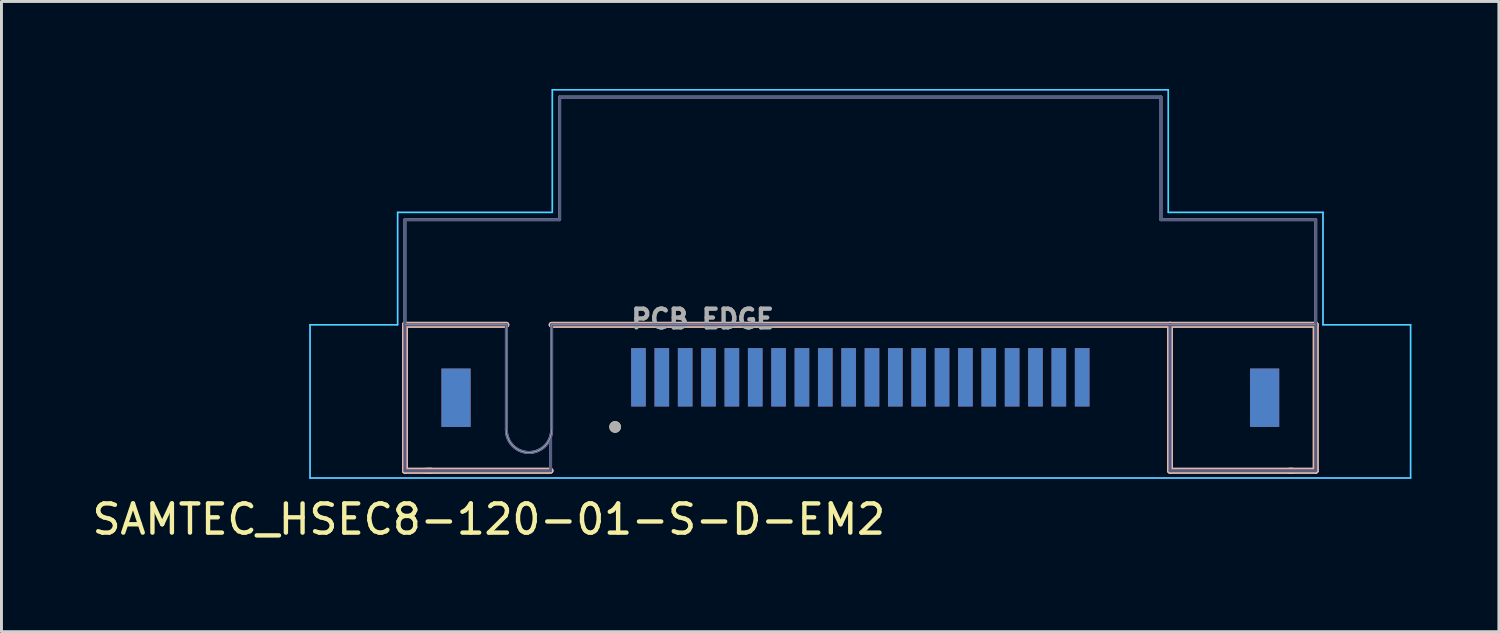
<source format=kicad_pcb>
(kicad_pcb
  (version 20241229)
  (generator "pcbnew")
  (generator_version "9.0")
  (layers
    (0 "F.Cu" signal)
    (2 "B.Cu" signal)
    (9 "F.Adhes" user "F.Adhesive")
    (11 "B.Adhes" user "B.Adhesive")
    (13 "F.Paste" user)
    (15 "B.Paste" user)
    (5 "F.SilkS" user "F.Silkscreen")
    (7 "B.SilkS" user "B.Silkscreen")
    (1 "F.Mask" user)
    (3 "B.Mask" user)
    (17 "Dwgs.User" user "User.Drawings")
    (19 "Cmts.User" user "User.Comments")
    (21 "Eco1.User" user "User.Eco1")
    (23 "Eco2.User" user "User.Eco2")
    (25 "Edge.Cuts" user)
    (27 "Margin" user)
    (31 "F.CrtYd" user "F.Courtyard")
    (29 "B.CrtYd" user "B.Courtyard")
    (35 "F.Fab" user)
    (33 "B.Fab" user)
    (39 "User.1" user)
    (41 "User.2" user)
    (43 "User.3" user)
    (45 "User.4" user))
  (footprint "SAMTEC_HSEC8-120-01-S-D-EM2"
    (layer "F.Cu")
    (at 26.421 9.875)
    (property "Reference" "SAMTEC_HSEC8-120-01-S-D-EM2" (at -12.725 4.865 0) (layer "F.SilkS") (effects (font (size 1 1) (thickness 0.15))))
    (attr smd)
    (fp_line (start -15.6 -1.8) (end -12.124 -1.8) (stroke (width 0.2) (type solid)) (layer "F.SilkS"))
    (fp_line (start -15.6 3.2) (end -15.6 -1.8) (stroke (width 0.2) (type solid)) (layer "F.SilkS"))
    (fp_line (start -14.7 3.2) (end -15.6 3.2) (stroke (width 0.2) (type solid)) (layer "F.SilkS"))
    (fp_line (start -10.61 3.2) (end -14.8 3.2) (stroke (width 0.2) (type solid)) (layer "F.SilkS"))
    (fp_line (start -10.575 -1.8) (end 10.61 -1.8) (stroke (width 0.2) (type solid)) (layer "F.SilkS"))
    (fp_line (start 10.61 -1.8) (end 15.6 -1.8) (stroke (width 0.2) (type solid)) (layer "F.SilkS"))
    (fp_line (start 10.61 3.2) (end 10.61 -1.8) (stroke (width 0.2) (type solid)) (layer "F.SilkS"))
    (fp_line (start 14.8 3.2) (end 10.61 3.2) (stroke (width 0.2) (type solid)) (layer "F.SilkS"))
    (fp_line (start 15.6 -1.8) (end 15.6 3.2) (stroke (width 0.2) (type solid)) (layer "F.SilkS"))
    (fp_line (start 15.6 3.2) (end 14.7 3.2) (stroke (width 0.2) (type solid)) (layer "F.SilkS"))
    (fp_circle (center -8.4 1.7) (end -8.3 1.7) (stroke (width 0.2) (type solid)) (fill no) (layer "F.SilkS"))
    (fp_line (start -15.6 -1.8) (end -12.124 -1.8) (stroke (width 0.2) (type solid)) (layer "B.SilkS"))
    (fp_line (start -15.6 3.2) (end -15.6 -1.8) (stroke (width 0.2) (type solid)) (layer "B.SilkS"))
    (fp_line (start -14.7 3.2) (end -15.6 3.2) (stroke (width 0.2) (type solid)) (layer "B.SilkS"))
    (fp_line (start -10.61 3.2) (end -14.9 3.2) (stroke (width 0.2) (type solid)) (layer "B.SilkS"))
    (fp_line (start -10.575 -1.8) (end 10.61 -1.8) (stroke (width 0.2) (type solid)) (layer "B.SilkS"))
    (fp_line (start 10.61 -1.8) (end 15.6 -1.8) (stroke (width 0.2) (type solid)) (layer "B.SilkS"))
    (fp_line (start 10.61 3.2) (end 10.61 -1.8) (stroke (width 0.2) (type solid)) (layer "B.SilkS"))
    (fp_line (start 14.8 3.2) (end 10.61 3.2) (stroke (width 0.2) (type solid)) (layer "B.SilkS"))
    (fp_line (start 15.6 -1.8) (end 15.6 3.2) (stroke (width 0.2) (type solid)) (layer "B.SilkS"))
    (fp_line (start 15.6 3.2) (end 14.7 3.2) (stroke (width 0.2) (type solid)) (layer "B.SilkS"))
    (fp_line (start -12.124 -1.8) (end -15.6 -1.8) (stroke (width 0.01) (type solid)) (layer "Edge.Cuts"))
    (fp_line (start -12.124 1.8) (end -12.124 -1.8) (stroke (width 0.01) (type solid)) (layer "Edge.Cuts"))
    (fp_line (start -10.575 -1.8) (end -10.575 1.8) (stroke (width 0.01) (type solid)) (layer "Edge.Cuts"))
    (fp_line (start 15.6 -1.8) (end -10.575 -1.8) (stroke (width 0.01) (type solid)) (layer "Edge.Cuts"))
    (fp_arc (start -11.35 2.575) (mid -11.897654 2.348154) (end -12.1245 1.8005) (stroke (width 0.01) (type solid)) (layer "Edge.Cuts"))
    (fp_arc (start -11.35 2.575) (mid -11.897654 2.348154) (end -12.1245 1.8005) (stroke (width 0.01) (type solid)) (layer "Edge.Cuts"))
    (fp_arc (start -10.5755 1.8005) (mid -10.802346 2.348154) (end -11.35 2.575) (stroke (width 0.01) (type solid)) (layer "Edge.Cuts"))
    (fp_arc (start -10.5755 1.8005) (mid -10.802346 2.348154) (end -11.35 2.575) (stroke (width 0.01) (type solid)) (layer "Edge.Cuts"))
    (fp_line (start -18.85 -1.8) (end -15.85 -1.8) (stroke (width 0.05) (type solid)) (layer "B.CrtYd"))
    (fp_line (start -18.85 3.45) (end -18.85 -1.8) (stroke (width 0.05) (type solid)) (layer "B.CrtYd"))
    (fp_line (start -18.85 3.45) (end 18.85 3.45) (stroke (width 0.05) (type solid)) (layer "B.CrtYd"))
    (fp_line (start -15.85 -5.65) (end -10.55 -5.65) (stroke (width 0.05) (type solid)) (layer "B.CrtYd"))
    (fp_line (start -15.85 -1.8) (end -15.85 -5.65) (stroke (width 0.05) (type solid)) (layer "B.CrtYd"))
    (fp_line (start -10.55 -9.85) (end 10.55 -9.85) (stroke (width 0.05) (type solid)) (layer "B.CrtYd"))
    (fp_line (start -10.55 -5.65) (end -10.55 -9.85) (stroke (width 0.05) (type solid)) (layer "B.CrtYd"))
    (fp_line (start 10.55 -9.85) (end 10.55 -5.65) (stroke (width 0.05) (type solid)) (layer "B.CrtYd"))
    (fp_line (start 10.55 -5.65) (end 15.85 -5.65) (stroke (width 0.05) (type solid)) (layer "B.CrtYd"))
    (fp_line (start 15.85 -5.65) (end 15.85 -1.8) (stroke (width 0.05) (type solid)) (layer "B.CrtYd"))
    (fp_line (start 15.85 -1.8) (end 18.85 -1.8) (stroke (width 0.05) (type solid)) (layer "B.CrtYd"))
    (fp_line (start 18.85 -1.8) (end 18.85 3.45) (stroke (width 0.05) (type solid)) (layer "B.CrtYd"))
    (fp_line (start -18.85 -1.8) (end -15.85 -1.8) (stroke (width 0.05) (type solid)) (layer "F.CrtYd"))
    (fp_line (start -18.85 3.45) (end -18.85 -1.8) (stroke (width 0.05) (type solid)) (layer "F.CrtYd"))
    (fp_line (start -18.85 3.45) (end 18.85 3.45) (stroke (width 0.05) (type solid)) (layer "F.CrtYd"))
    (fp_line (start -15.85 -5.65) (end -10.55 -5.65) (stroke (width 0.05) (type solid)) (layer "F.CrtYd"))
    (fp_line (start -15.85 -1.8) (end -15.85 -5.65) (stroke (width 0.05) (type solid)) (layer "F.CrtYd"))
    (fp_line (start -10.55 -9.85) (end 10.55 -9.85) (stroke (width 0.05) (type solid)) (layer "F.CrtYd"))
    (fp_line (start -10.55 -5.65) (end -10.55 -9.85) (stroke (width 0.05) (type solid)) (layer "F.CrtYd"))
    (fp_line (start 10.55 -9.85) (end 10.55 -5.65) (stroke (width 0.05) (type solid)) (layer "F.CrtYd"))
    (fp_line (start 10.55 -5.65) (end 15.85 -5.65) (stroke (width 0.05) (type solid)) (layer "F.CrtYd"))
    (fp_line (start 15.85 -5.65) (end 15.85 -1.8) (stroke (width 0.05) (type solid)) (layer "F.CrtYd"))
    (fp_line (start 15.85 -1.8) (end 18.85 -1.8) (stroke (width 0.05) (type solid)) (layer "F.CrtYd"))
    (fp_line (start 18.85 -1.8) (end 18.85 3.45) (stroke (width 0.05) (type solid)) (layer "F.CrtYd"))
    (fp_line (start -15.6 -5.4) (end -10.3 -5.4) (stroke (width 0.1) (type solid)) (layer "B.Fab"))
    (fp_line (start -15.6 -1.8) (end -15.6 -5.4) (stroke (width 0.1) (type solid)) (layer "B.Fab"))
    (fp_line (start -15.6 -1.8) (end -12.124 -1.8) (stroke (width 0.1) (type solid)) (layer "B.Fab"))
    (fp_line (start -15.6 3.2) (end -15.6 -1.8) (stroke (width 0.1) (type solid)) (layer "B.Fab"))
    (fp_line (start -12.124 -1.8) (end -12.124 1.8) (stroke (width 0.1) (type solid)) (layer "B.Fab"))
    (fp_line (start -10.61 3.2) (end -15.6 3.2) (stroke (width 0.1) (type solid)) (layer "B.Fab"))
    (fp_line (start -10.61 3.2) (end -10.61 2.03) (stroke (width 0.1) (type solid)) (layer "B.Fab"))
    (fp_line (start -10.575 -1.8) (end 10.61 -1.8) (stroke (width 0.1) (type solid)) (layer "B.Fab"))
    (fp_line (start -10.575 1.8) (end -10.575 -1.8) (stroke (width 0.1) (type solid)) (layer "B.Fab"))
    (fp_line (start -10.3 -9.6) (end 10.3 -9.6) (stroke (width 0.1) (type solid)) (layer "B.Fab"))
    (fp_line (start -10.3 -5.4) (end -10.3 -9.6) (stroke (width 0.1) (type solid)) (layer "B.Fab"))
    (fp_line (start 10.3 -9.6) (end 10.3 -5.4) (stroke (width 0.1) (type solid)) (layer "B.Fab"))
    (fp_line (start 10.3 -5.4) (end 15.6 -5.4) (stroke (width 0.1) (type solid)) (layer "B.Fab"))
    (fp_line (start 10.61 -1.8) (end 15.6 -1.8) (stroke (width 0.1) (type solid)) (layer "B.Fab"))
    (fp_line (start 10.61 3.2) (end 10.61 -1.8) (stroke (width 0.1) (type solid)) (layer "B.Fab"))
    (fp_line (start 15.6 -5.4) (end 15.6 -1.8) (stroke (width 0.1) (type solid)) (layer "B.Fab"))
    (fp_line (start 15.6 -1.8) (end 15.6 3.2) (stroke (width 0.1) (type solid)) (layer "B.Fab"))
    (fp_line (start 15.6 3.2) (end 10.61 3.2) (stroke (width 0.1) (type solid)) (layer "B.Fab"))
    (fp_arc (start -11.35 2.575) (mid -11.897654 2.348154) (end -12.1245 1.8005) (stroke (width 0.1) (type solid)) (layer "B.Fab"))
    (fp_arc (start -10.5755 1.8005) (mid -10.802346 2.348154) (end -11.35 2.575) (stroke (width 0.1) (type solid)) (layer "B.Fab"))
    (fp_line (start -15.6 -5.4) (end -10.3 -5.4) (stroke (width 0.1) (type solid)) (layer "F.Fab"))
    (fp_line (start -15.6 -1.8) (end -15.6 -5.4) (stroke (width 0.1) (type solid)) (layer "F.Fab"))
    (fp_line (start -15.6 -1.8) (end -12.124 -1.8) (stroke (width 0.1) (type solid)) (layer "F.Fab"))
    (fp_line (start -15.6 3.2) (end -15.6 -1.8) (stroke (width 0.1) (type solid)) (layer "F.Fab"))
    (fp_line (start -12.124 -1.8) (end -12.124 1.8) (stroke (width 0.1) (type solid)) (layer "F.Fab"))
    (fp_line (start -10.61 3.2) (end -15.6 3.2) (stroke (width 0.1) (type solid)) (layer "F.Fab"))
    (fp_line (start -10.61 3.2) (end -10.61 2.03) (stroke (width 0.1) (type solid)) (layer "F.Fab"))
    (fp_line (start -10.575 -1.8) (end 10.61 -1.8) (stroke (width 0.1) (type solid)) (layer "F.Fab"))
    (fp_line (start -10.575 1.8) (end -10.575 -1.8) (stroke (width 0.1) (type solid)) (layer "F.Fab"))
    (fp_line (start -10.3 -9.6) (end 10.3 -9.6) (stroke (width 0.1) (type solid)) (layer "F.Fab"))
    (fp_line (start -10.3 -5.4) (end -10.3 -9.6) (stroke (width 0.1) (type solid)) (layer "F.Fab"))
    (fp_line (start 10.3 -9.6) (end 10.3 -5.4) (stroke (width 0.1) (type solid)) (layer "F.Fab"))
    (fp_line (start 10.3 -5.4) (end 15.6 -5.4) (stroke (width 0.1) (type solid)) (layer "F.Fab"))
    (fp_line (start 10.61 -1.8) (end 15.6 -1.8) (stroke (width 0.1) (type solid)) (layer "F.Fab"))
    (fp_line (start 10.61 3.2) (end 10.61 -1.8) (stroke (width 0.1) (type solid)) (layer "F.Fab"))
    (fp_line (start 15.6 -5.4) (end 15.6 -1.8) (stroke (width 0.1) (type solid)) (layer "F.Fab"))
    (fp_line (start 15.6 -1.8) (end 15.6 3.2) (stroke (width 0.1) (type solid)) (layer "F.Fab"))
    (fp_line (start 15.6 3.2) (end 10.61 3.2) (stroke (width 0.1) (type solid)) (layer "F.Fab"))
    (fp_arc (start -11.35 2.575) (mid -11.897654 2.348154) (end -12.1245 1.8005) (stroke (width 0.1) (type solid)) (layer "F.Fab"))
    (fp_arc (start -10.5755 1.8005) (mid -10.802346 2.348154) (end -11.35 2.575) (stroke (width 0.1) (type solid)) (layer "F.Fab"))
    (fp_circle (center -8.4 1.7) (end -8.3 1.7) (stroke (width 0.2) (type solid)) (fill no) (layer "F.Fab"))
    (fp_text user "PCB EDGE" (at -5.4 -2 0) (layer "F.Fab") (effects (font (size 0.64 0.64) (thickness 0.15))))
    (pad "01" smd rect (at -7.6 0) (size 0.5 2) (layers "F.Cu" "F.Mask" "F.Paste"))
    (pad "02" smd rect (at -7.6 0) (size 0.5 2) (layers "B.Cu" "B.Mask" "B.Paste"))
    (pad "03" smd rect (at -6.8 0) (size 0.5 2) (layers "F.Cu" "F.Mask" "F.Paste"))
    (pad "04" smd rect (at -6.8 0) (size 0.5 2) (layers "B.Cu" "B.Mask" "B.Paste"))
    (pad "05" smd rect (at -6 0) (size 0.5 2) (layers "F.Cu" "F.Mask" "F.Paste"))
    (pad "06" smd rect (at -6 0) (size 0.5 2) (layers "B.Cu" "B.Mask" "B.Paste"))
    (pad "07" smd rect (at -5.2 0) (size 0.5 2) (layers "F.Cu" "F.Mask" "F.Paste"))
    (pad "08" smd rect (at -5.2 0) (size 0.5 2) (layers "B.Cu" "B.Mask" "B.Paste"))
    (pad "09" smd rect (at -4.4 0) (size 0.5 2) (layers "F.Cu" "F.Mask" "F.Paste"))
    (pad "10" smd rect (at -4.4 0) (size 0.5 2) (layers "B.Cu" "B.Mask" "B.Paste"))
    (pad "11" smd rect (at -3.6 0) (size 0.5 2) (layers "F.Cu" "F.Mask" "F.Paste"))
    (pad "12" smd rect (at -3.6 0) (size 0.5 2) (layers "B.Cu" "B.Mask" "B.Paste"))
    (pad "13" smd rect (at -2.8 0) (size 0.5 2) (layers "F.Cu" "F.Mask" "F.Paste"))
    (pad "14" smd rect (at -2.8 0) (size 0.5 2) (layers "B.Cu" "B.Mask" "B.Paste"))
    (pad "15" smd rect (at -2 0) (size 0.5 2) (layers "F.Cu" "F.Mask" "F.Paste"))
    (pad "16" smd rect (at -2 0) (size 0.5 2) (layers "B.Cu" "B.Mask" "B.Paste"))
    (pad "17" smd rect (at -1.2 0) (size 0.5 2) (layers "F.Cu" "F.Mask" "F.Paste"))
    (pad "18" smd rect (at -1.2 0) (size 0.5 2) (layers "B.Cu" "B.Mask" "B.Paste"))
    (pad "19" smd rect (at -0.4 0) (size 0.5 2) (layers "F.Cu" "F.Mask" "F.Paste"))
    (pad "20" smd rect (at -0.4 0) (size 0.5 2) (layers "B.Cu" "B.Mask" "B.Paste"))
    (pad "21" smd rect (at 0.4 0) (size 0.5 2) (layers "F.Cu" "F.Mask" "F.Paste"))
    (pad "22" smd rect (at 0.4 0) (size 0.5 2) (layers "B.Cu" "B.Mask" "B.Paste"))
    (pad "23" smd rect (at 1.2 0) (size 0.5 2) (layers "F.Cu" "F.Mask" "F.Paste"))
    (pad "24" smd rect (at 1.2 0) (size 0.5 2) (layers "B.Cu" "B.Mask" "B.Paste"))
    (pad "25" smd rect (at 2 0) (size 0.5 2) (layers "F.Cu" "F.Mask" "F.Paste"))
    (pad "26" smd rect (at 2 0) (size 0.5 2) (layers "B.Cu" "B.Mask" "B.Paste"))
    (pad "27" smd rect (at 2.8 0) (size 0.5 2) (layers "F.Cu" "F.Mask" "F.Paste"))
    (pad "28" smd rect (at 2.8 0) (size 0.5 2) (layers "B.Cu" "B.Mask" "B.Paste"))
    (pad "29" smd rect (at 3.6 0) (size 0.5 2) (layers "F.Cu" "F.Mask" "F.Paste"))
    (pad "30" smd rect (at 3.6 0) (size 0.5 2) (layers "B.Cu" "B.Mask" "B.Paste"))
    (pad "31" smd rect (at 4.4 0) (size 0.5 2) (layers "F.Cu" "F.Mask" "F.Paste"))
    (pad "32" smd rect (at 4.4 0) (size 0.5 2) (layers "B.Cu" "B.Mask" "B.Paste"))
    (pad "33" smd rect (at 5.2 0) (size 0.5 2) (layers "F.Cu" "F.Mask" "F.Paste"))
    (pad "34" smd rect (at 5.2 0) (size 0.5 2) (layers "B.Cu" "B.Mask" "B.Paste"))
    (pad "35" smd rect (at 6 0) (size 0.5 2) (layers "F.Cu" "F.Mask" "F.Paste"))
    (pad "36" smd rect (at 6 0) (size 0.5 2) (layers "B.Cu" "B.Mask" "B.Paste"))
    (pad "37" smd rect (at 6.8 0) (size 0.5 2) (layers "F.Cu" "F.Mask" "F.Paste"))
    (pad "38" smd rect (at 6.8 0) (size 0.5 2) (layers "B.Cu" "B.Mask" "B.Paste"))
    (pad "39" smd rect (at 7.6 0) (size 0.5 2) (layers "F.Cu" "F.Mask" "F.Paste"))
    (pad "40" smd rect (at 7.6 0) (size 0.5 2) (layers "B.Cu" "B.Mask" "B.Paste"))
    (pad "S1" smd rect (at -13.85 0.7) (size 1 2) (layers "F.Cu" "F.Mask" "F.Paste"))
    (pad "S2" smd rect (at -13.85 0.7) (size 1 2) (layers "B.Cu" "B.Mask" "B.Paste"))
    (pad "S3" smd rect (at 13.85 0.7) (size 1 2) (layers "F.Cu" "F.Mask" "F.Paste"))
    (pad "S4" smd rect (at 13.85 0.7) (size 1 2) (layers "B.Cu" "B.Mask" "B.Paste")))
  (gr_rect
    (start -3 -3)
    (end 48.296 18.588)
    (stroke (width 0.1) (type default))
    (fill no)
    (layer "Edge.Cuts")))
</source>
